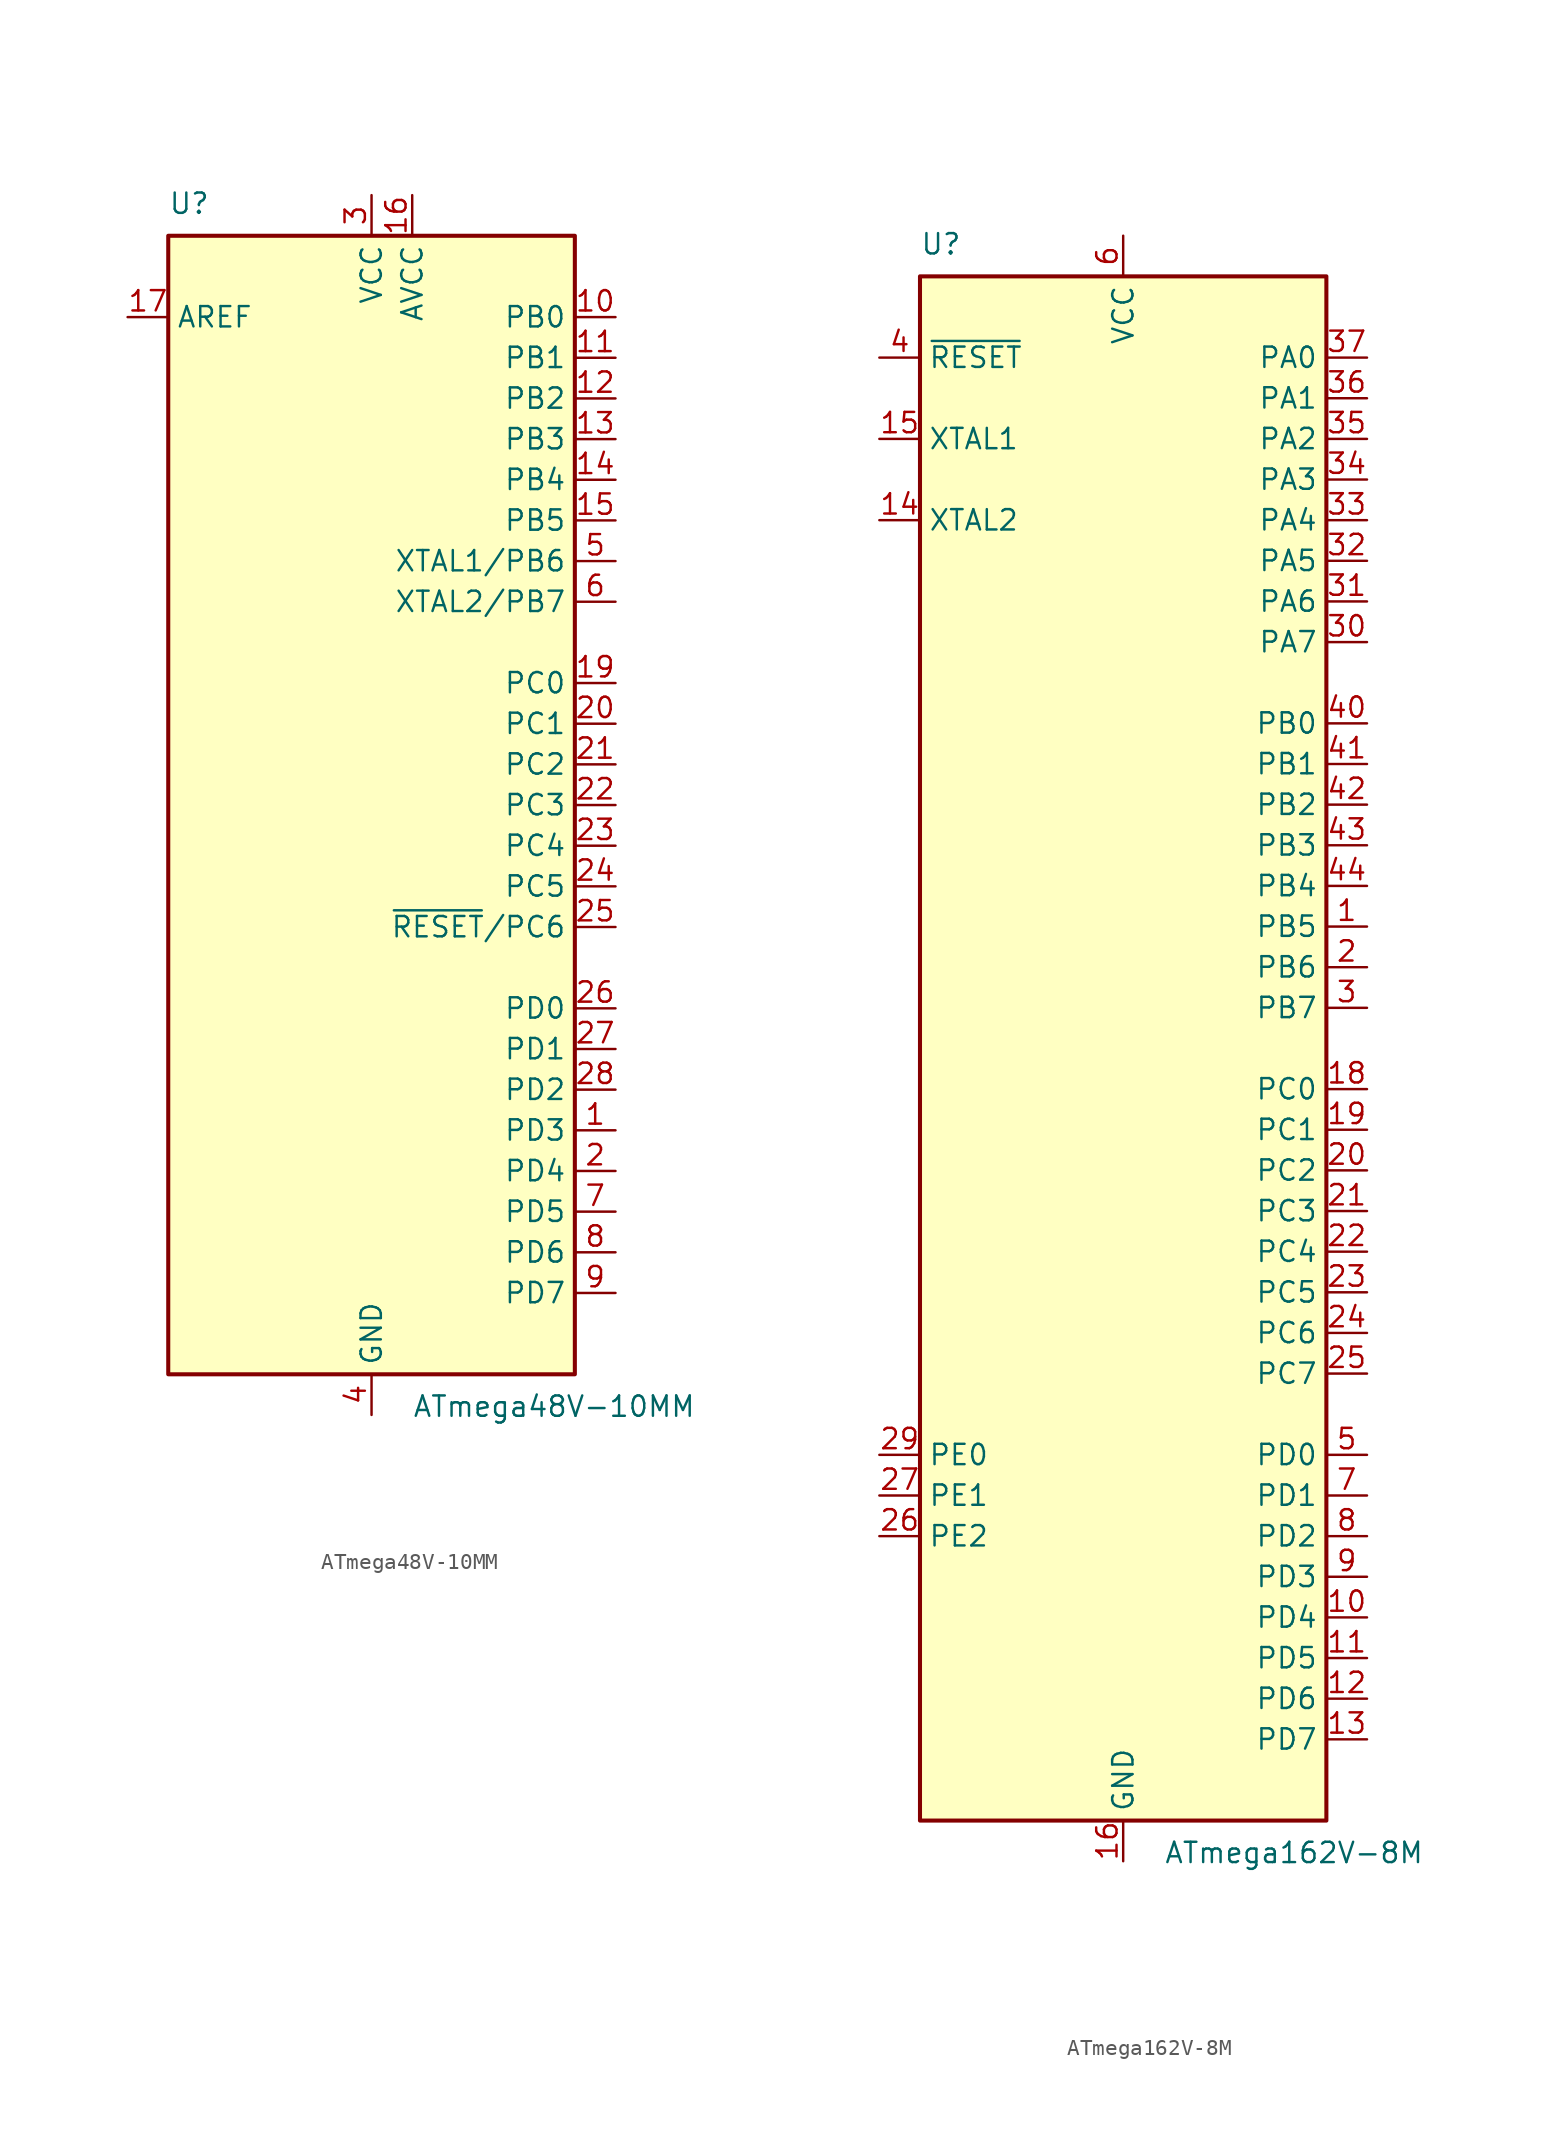
<source format=kicad_sym>
(kicad_symbol_lib
  (version 20201005)
  (generator kicad_symbol_editor)
  (symbol "ATmega48V-10MM"
    (property "Reference" "U"
      (at -12.7 36.83 0)
      (effects (font (size 1.27 1.27)) (justify left bottom)))
    (property "Value" "ATmega48V-10MM"
      (at 2.54 -36.83 0)
      (effects (font (size 1.27 1.27)) (justify left top)))
    (symbol "ATmega48V-10MM_0_1"
      (rectangle (start -12.7 -35.56) (end 12.7 35.56) (stroke (width 0.254)) (fill (type background))))
    (symbol "ATmega48V-10MM_1_1"
      (pin bidirectional line (at 15.24 -20.32 180) (length 2.54) (name "PD3" (effects (font (size 1.27 1.27)))) (number "1" (effects (font (size 1.27 1.27)))))
      (pin bidirectional line (at 15.24 30.48 180) (length 2.54) (name "PB0" (effects (font (size 1.27 1.27)))) (number "10" (effects (font (size 1.27 1.27)))))
      (pin bidirectional line (at 15.24 27.94 180) (length 2.54) (name "PB1" (effects (font (size 1.27 1.27)))) (number "11" (effects (font (size 1.27 1.27)))))
      (pin bidirectional line (at 15.24 25.4 180) (length 2.54) (name "PB2" (effects (font (size 1.27 1.27)))) (number "12" (effects (font (size 1.27 1.27)))))
      (pin bidirectional line (at 15.24 22.86 180) (length 2.54) (name "PB3" (effects (font (size 1.27 1.27)))) (number "13" (effects (font (size 1.27 1.27)))))
      (pin bidirectional line (at 15.24 20.32 180) (length 2.54) (name "PB4" (effects (font (size 1.27 1.27)))) (number "14" (effects (font (size 1.27 1.27)))))
      (pin bidirectional line (at 15.24 17.78 180) (length 2.54) (name "PB5" (effects (font (size 1.27 1.27)))) (number "15" (effects (font (size 1.27 1.27)))))
      (pin power_in line (at 2.54 38.1 270) (length 2.54) (name "AVCC" (effects (font (size 1.27 1.27)))) (number "16" (effects (font (size 1.27 1.27)))))
      (pin passive line (at -15.24 30.48 0) (length 2.54) (name "AREF" (effects (font (size 1.27 1.27)))) (number "17" (effects (font (size 1.27 1.27)))))
      (pin passive line (at 0 -38.1 90) (length 2.54) hide (name "GND" (effects (font (size 1.27 1.27)))) (number "18" (effects (font (size 1.27 1.27)))))
      (pin bidirectional line (at 15.24 7.62 180) (length 2.54) (name "PC0" (effects (font (size 1.27 1.27)))) (number "19" (effects (font (size 1.27 1.27)))))
      (pin bidirectional line (at 15.24 -22.86 180) (length 2.54) (name "PD4" (effects (font (size 1.27 1.27)))) (number "2" (effects (font (size 1.27 1.27)))))
      (pin bidirectional line (at 15.24 5.08 180) (length 2.54) (name "PC1" (effects (font (size 1.27 1.27)))) (number "20" (effects (font (size 1.27 1.27)))))
      (pin bidirectional line (at 15.24 2.54 180) (length 2.54) (name "PC2" (effects (font (size 1.27 1.27)))) (number "21" (effects (font (size 1.27 1.27)))))
      (pin bidirectional line (at 15.24 0 180) (length 2.54) (name "PC3" (effects (font (size 1.27 1.27)))) (number "22" (effects (font (size 1.27 1.27)))))
      (pin bidirectional line (at 15.24 -2.54 180) (length 2.54) (name "PC4" (effects (font (size 1.27 1.27)))) (number "23" (effects (font (size 1.27 1.27)))))
      (pin bidirectional line (at 15.24 -5.08 180) (length 2.54) (name "PC5" (effects (font (size 1.27 1.27)))) (number "24" (effects (font (size 1.27 1.27)))))
      (pin bidirectional line (at 15.24 -7.62 180) (length 2.54) (name "~RESET~/PC6" (effects (font (size 1.27 1.27)))) (number "25" (effects (font (size 1.27 1.27)))))
      (pin bidirectional line (at 15.24 -12.7 180) (length 2.54) (name "PD0" (effects (font (size 1.27 1.27)))) (number "26" (effects (font (size 1.27 1.27)))))
      (pin bidirectional line (at 15.24 -15.24 180) (length 2.54) (name "PD1" (effects (font (size 1.27 1.27)))) (number "27" (effects (font (size 1.27 1.27)))))
      (pin bidirectional line (at 15.24 -17.78 180) (length 2.54) (name "PD2" (effects (font (size 1.27 1.27)))) (number "28" (effects (font (size 1.27 1.27)))))
      (pin passive line (at 0 -38.1 90) (length 2.54) hide (name "GND" (effects (font (size 1.27 1.27)))) (number "29" (effects (font (size 1.27 1.27)))))
      (pin power_in line (at 0 38.1 270) (length 2.54) (name "VCC" (effects (font (size 1.27 1.27)))) (number "3" (effects (font (size 1.27 1.27)))))
      (pin power_in line (at 0 -38.1 90) (length 2.54) (name "GND" (effects (font (size 1.27 1.27)))) (number "4" (effects (font (size 1.27 1.27)))))
      (pin bidirectional line (at 15.24 15.24 180) (length 2.54) (name "XTAL1/PB6" (effects (font (size 1.27 1.27)))) (number "5" (effects (font (size 1.27 1.27)))))
      (pin bidirectional line (at 15.24 12.7 180) (length 2.54) (name "XTAL2/PB7" (effects (font (size 1.27 1.27)))) (number "6" (effects (font (size 1.27 1.27)))))
      (pin bidirectional line (at 15.24 -25.4 180) (length 2.54) (name "PD5" (effects (font (size 1.27 1.27)))) (number "7" (effects (font (size 1.27 1.27)))))
      (pin bidirectional line (at 15.24 -27.94 180) (length 2.54) (name "PD6" (effects (font (size 1.27 1.27)))) (number "8" (effects (font (size 1.27 1.27)))))
      (pin bidirectional line (at 15.24 -30.48 180) (length 2.54) (name "PD7" (effects (font (size 1.27 1.27)))) (number "9" (effects (font (size 1.27 1.27)))))))
  (symbol "ATmega162V-8M"
    (property "Reference" "U"
      (at -12.7 49.53 0)
      (effects (font (size 1.27 1.27)) (justify left bottom)))
    (property "Value" "ATmega162V-8M"
      (at 2.54 -49.53 0)
      (effects (font (size 1.27 1.27)) (justify left top)))
    (symbol "ATmega162V-8M_0_1"
      (rectangle (start -12.7 -48.26) (end 12.7 48.26) (stroke (width 0.254)) (fill (type background))))
    (symbol "ATmega162V-8M_1_1"
      (pin bidirectional line (at 15.24 7.62 180) (length 2.54) (name "PB5" (effects (font (size 1.27 1.27)))) (number "1" (effects (font (size 1.27 1.27)))))
      (pin bidirectional line (at 15.24 -35.56 180) (length 2.54) (name "PD4" (effects (font (size 1.27 1.27)))) (number "10" (effects (font (size 1.27 1.27)))))
      (pin bidirectional line (at 15.24 -38.1 180) (length 2.54) (name "PD5" (effects (font (size 1.27 1.27)))) (number "11" (effects (font (size 1.27 1.27)))))
      (pin bidirectional line (at 15.24 -40.64 180) (length 2.54) (name "PD6" (effects (font (size 1.27 1.27)))) (number "12" (effects (font (size 1.27 1.27)))))
      (pin bidirectional line (at 15.24 -43.18 180) (length 2.54) (name "PD7" (effects (font (size 1.27 1.27)))) (number "13" (effects (font (size 1.27 1.27)))))
      (pin output line (at -15.24 33.02 0) (length 2.54) (name "XTAL2" (effects (font (size 1.27 1.27)))) (number "14" (effects (font (size 1.27 1.27)))))
      (pin input line (at -15.24 38.1 0) (length 2.54) (name "XTAL1" (effects (font (size 1.27 1.27)))) (number "15" (effects (font (size 1.27 1.27)))))
      (pin power_in line (at 0 -50.8 90) (length 2.54) (name "GND" (effects (font (size 1.27 1.27)))) (number "16" (effects (font (size 1.27 1.27)))))
      (pin passive line (at 0 50.8 270) (length 2.54) hide (name "VCC" (effects (font (size 1.27 1.27)))) (number "17" (effects (font (size 1.27 1.27)))))
      (pin bidirectional line (at 15.24 -2.54 180) (length 2.54) (name "PC0" (effects (font (size 1.27 1.27)))) (number "18" (effects (font (size 1.27 1.27)))))
      (pin bidirectional line (at 15.24 -5.08 180) (length 2.54) (name "PC1" (effects (font (size 1.27 1.27)))) (number "19" (effects (font (size 1.27 1.27)))))
      (pin bidirectional line (at 15.24 5.08 180) (length 2.54) (name "PB6" (effects (font (size 1.27 1.27)))) (number "2" (effects (font (size 1.27 1.27)))))
      (pin bidirectional line (at 15.24 -7.62 180) (length 2.54) (name "PC2" (effects (font (size 1.27 1.27)))) (number "20" (effects (font (size 1.27 1.27)))))
      (pin bidirectional line (at 15.24 -10.16 180) (length 2.54) (name "PC3" (effects (font (size 1.27 1.27)))) (number "21" (effects (font (size 1.27 1.27)))))
      (pin bidirectional line (at 15.24 -12.7 180) (length 2.54) (name "PC4" (effects (font (size 1.27 1.27)))) (number "22" (effects (font (size 1.27 1.27)))))
      (pin bidirectional line (at 15.24 -15.24 180) (length 2.54) (name "PC5" (effects (font (size 1.27 1.27)))) (number "23" (effects (font (size 1.27 1.27)))))
      (pin bidirectional line (at 15.24 -17.78 180) (length 2.54) (name "PC6" (effects (font (size 1.27 1.27)))) (number "24" (effects (font (size 1.27 1.27)))))
      (pin bidirectional line (at 15.24 -20.32 180) (length 2.54) (name "PC7" (effects (font (size 1.27 1.27)))) (number "25" (effects (font (size 1.27 1.27)))))
      (pin bidirectional line (at -15.24 -30.48 0) (length 2.54) (name "PE2" (effects (font (size 1.27 1.27)))) (number "26" (effects (font (size 1.27 1.27)))))
      (pin bidirectional line (at -15.24 -27.94 0) (length 2.54) (name "PE1" (effects (font (size 1.27 1.27)))) (number "27" (effects (font (size 1.27 1.27)))))
      (pin passive line (at 0 -50.8 90) (length 2.54) hide (name "GND" (effects (font (size 1.27 1.27)))) (number "28" (effects (font (size 1.27 1.27)))))
      (pin bidirectional line (at -15.24 -25.4 0) (length 2.54) (name "PE0" (effects (font (size 1.27 1.27)))) (number "29" (effects (font (size 1.27 1.27)))))
      (pin bidirectional line (at 15.24 2.54 180) (length 2.54) (name "PB7" (effects (font (size 1.27 1.27)))) (number "3" (effects (font (size 1.27 1.27)))))
      (pin bidirectional line (at 15.24 25.4 180) (length 2.54) (name "PA7" (effects (font (size 1.27 1.27)))) (number "30" (effects (font (size 1.27 1.27)))))
      (pin bidirectional line (at 15.24 27.94 180) (length 2.54) (name "PA6" (effects (font (size 1.27 1.27)))) (number "31" (effects (font (size 1.27 1.27)))))
      (pin bidirectional line (at 15.24 30.48 180) (length 2.54) (name "PA5" (effects (font (size 1.27 1.27)))) (number "32" (effects (font (size 1.27 1.27)))))
      (pin bidirectional line (at 15.24 33.02 180) (length 2.54) (name "PA4" (effects (font (size 1.27 1.27)))) (number "33" (effects (font (size 1.27 1.27)))))
      (pin bidirectional line (at 15.24 35.56 180) (length 2.54) (name "PA3" (effects (font (size 1.27 1.27)))) (number "34" (effects (font (size 1.27 1.27)))))
      (pin bidirectional line (at 15.24 38.1 180) (length 2.54) (name "PA2" (effects (font (size 1.27 1.27)))) (number "35" (effects (font (size 1.27 1.27)))))
      (pin bidirectional line (at 15.24 40.64 180) (length 2.54) (name "PA1" (effects (font (size 1.27 1.27)))) (number "36" (effects (font (size 1.27 1.27)))))
      (pin bidirectional line (at 15.24 43.18 180) (length 2.54) (name "PA0" (effects (font (size 1.27 1.27)))) (number "37" (effects (font (size 1.27 1.27)))))
      (pin passive line (at 0 50.8 270) (length 2.54) hide (name "VCC" (effects (font (size 1.27 1.27)))) (number "38" (effects (font (size 1.27 1.27)))))
      (pin passive line (at 0 -50.8 90) (length 2.54) hide (name "GND" (effects (font (size 1.27 1.27)))) (number "39" (effects (font (size 1.27 1.27)))))
      (pin input line (at -15.24 43.18 0) (length 2.54) (name "~RESET" (effects (font (size 1.27 1.27)))) (number "4" (effects (font (size 1.27 1.27)))))
      (pin bidirectional line (at 15.24 20.32 180) (length 2.54) (name "PB0" (effects (font (size 1.27 1.27)))) (number "40" (effects (font (size 1.27 1.27)))))
      (pin bidirectional line (at 15.24 17.78 180) (length 2.54) (name "PB1" (effects (font (size 1.27 1.27)))) (number "41" (effects (font (size 1.27 1.27)))))
      (pin bidirectional line (at 15.24 15.24 180) (length 2.54) (name "PB2" (effects (font (size 1.27 1.27)))) (number "42" (effects (font (size 1.27 1.27)))))
      (pin bidirectional line (at 15.24 12.7 180) (length 2.54) (name "PB3" (effects (font (size 1.27 1.27)))) (number "43" (effects (font (size 1.27 1.27)))))
      (pin bidirectional line (at 15.24 10.16 180) (length 2.54) (name "PB4" (effects (font (size 1.27 1.27)))) (number "44" (effects (font (size 1.27 1.27)))))
      (pin passive line (at 0 -50.8 90) (length 2.54) hide (name "GND" (effects (font (size 1.27 1.27)))) (number "45" (effects (font (size 1.27 1.27)))))
      (pin bidirectional line (at 15.24 -25.4 180) (length 2.54) (name "PD0" (effects (font (size 1.27 1.27)))) (number "5" (effects (font (size 1.27 1.27)))))
      (pin power_in line (at 0 50.8 270) (length 2.54) (name "VCC" (effects (font (size 1.27 1.27)))) (number "6" (effects (font (size 1.27 1.27)))))
      (pin bidirectional line (at 15.24 -27.94 180) (length 2.54) (name "PD1" (effects (font (size 1.27 1.27)))) (number "7" (effects (font (size 1.27 1.27)))))
      (pin bidirectional line (at 15.24 -30.48 180) (length 2.54) (name "PD2" (effects (font (size 1.27 1.27)))) (number "8" (effects (font (size 1.27 1.27)))))
      (pin bidirectional line (at 15.24 -33.02 180) (length 2.54) (name "PD3" (effects (font (size 1.27 1.27)))) (number "9" (effects (font (size 1.27 1.27))))))))
</source>
